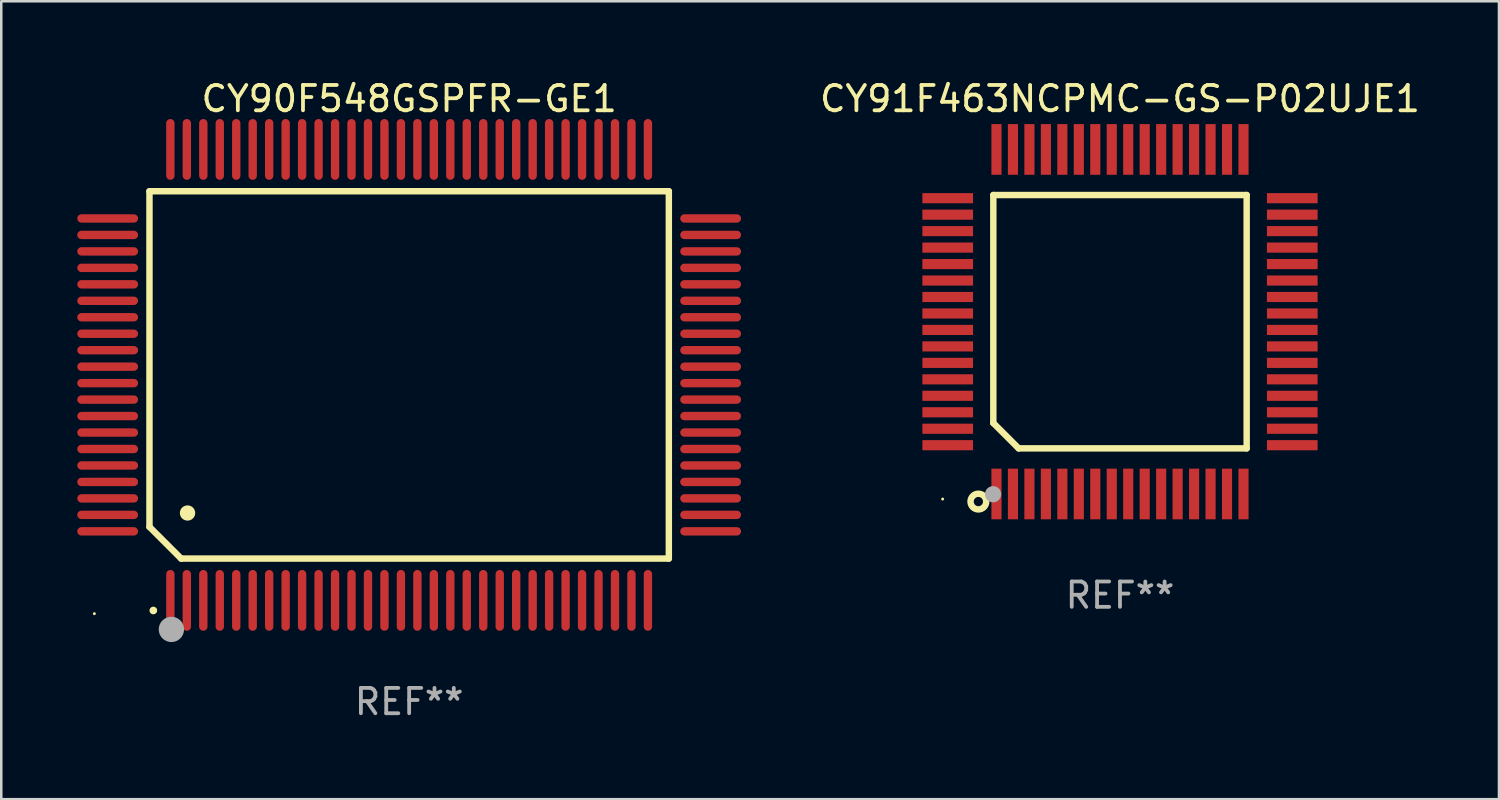
<source format=kicad_pcb>
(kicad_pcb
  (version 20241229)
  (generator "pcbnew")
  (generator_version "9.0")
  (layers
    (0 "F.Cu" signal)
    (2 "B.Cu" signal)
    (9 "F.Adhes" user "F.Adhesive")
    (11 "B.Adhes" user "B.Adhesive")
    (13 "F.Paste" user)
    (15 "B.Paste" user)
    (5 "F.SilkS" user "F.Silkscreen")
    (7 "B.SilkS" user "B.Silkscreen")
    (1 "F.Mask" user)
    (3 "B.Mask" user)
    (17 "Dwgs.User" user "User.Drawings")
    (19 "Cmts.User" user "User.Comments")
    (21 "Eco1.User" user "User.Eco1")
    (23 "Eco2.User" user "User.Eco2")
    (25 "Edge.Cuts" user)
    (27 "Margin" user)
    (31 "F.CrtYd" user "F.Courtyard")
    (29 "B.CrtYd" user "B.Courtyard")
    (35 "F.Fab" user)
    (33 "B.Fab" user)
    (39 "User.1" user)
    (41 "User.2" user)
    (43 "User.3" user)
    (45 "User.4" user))
  (footprint "CY91F463NCPMC-GS-P02UJE1"
    (layer "F.Cu")
    (at 41.158 9.648)
    (property "Reference" "CY91F463NCPMC-GS-P02UJE1" (at 0 -8.8 0) (layer "F.SilkS") (effects (font (size 1 1) (thickness 0.15))))
    (attr through_hole)
    (fp_line (start -5 -5) (end 5 -5) (stroke (width 0.254) (type solid)) (layer "F.SilkS"))
    (fp_line (start -5 4) (end -5 -5) (stroke (width 0.254) (type solid)) (layer "F.SilkS"))
    (fp_line (start -4 5) (end -5 4) (stroke (width 0.254) (type solid)) (layer "F.SilkS"))
    (fp_line (start 5 -5) (end 5 5) (stroke (width 0.254) (type solid)) (layer "F.SilkS"))
    (fp_line (start 5 5) (end -4 5) (stroke (width 0.254) (type solid)) (layer "F.SilkS"))
    (fp_circle (center -7 7) (end -6.97 7) (stroke (width 0.06) (type solid)) (fill no) (layer "F.SilkS"))
    (fp_circle (center -5.59 7.1) (end -5.28 7.1) (stroke (width 0.254) (type solid)) (fill no) (layer "F.SilkS"))
    (fp_circle (center -5.01 6.81) (end -4.85 6.81) (stroke (width 0.32) (type solid)) (fill no) (layer "F.Fab"))
    (fp_text user "REF**" (at 0 10.8 0) (layer "F.Fab") (effects (font (size 1 1) (thickness 0.15))))
    (pad "1" smd rect (at -4.875 6.8) (size 0.4 2) (layers "F.Cu" "F.Mask" "F.Paste"))
    (pad "2" smd rect (at -4.225 6.8) (size 0.4 2) (layers "F.Cu" "F.Mask" "F.Paste"))
    (pad "3" smd rect (at -3.575 6.8) (size 0.4 2) (layers "F.Cu" "F.Mask" "F.Paste"))
    (pad "4" smd rect (at -2.925 6.8) (size 0.4 2) (layers "F.Cu" "F.Mask" "F.Paste"))
    (pad "5" smd rect (at -2.275 6.8) (size 0.4 2) (layers "F.Cu" "F.Mask" "F.Paste"))
    (pad "6" smd rect (at -1.625 6.8) (size 0.4 2) (layers "F.Cu" "F.Mask" "F.Paste"))
    (pad "7" smd rect (at -0.975 6.8) (size 0.4 2) (layers "F.Cu" "F.Mask" "F.Paste"))
    (pad "8" smd rect (at -0.325 6.8) (size 0.4 2) (layers "F.Cu" "F.Mask" "F.Paste"))
    (pad "9" smd rect (at 0.325 6.8) (size 0.4 2) (layers "F.Cu" "F.Mask" "F.Paste"))
    (pad "10" smd rect (at 0.975 6.8) (size 0.4 2) (layers "F.Cu" "F.Mask" "F.Paste"))
    (pad "11" smd rect (at 1.625 6.8) (size 0.4 2) (layers "F.Cu" "F.Mask" "F.Paste"))
    (pad "12" smd rect (at 2.275 6.8) (size 0.4 2) (layers "F.Cu" "F.Mask" "F.Paste"))
    (pad "13" smd rect (at 2.925 6.8) (size 0.4 2) (layers "F.Cu" "F.Mask" "F.Paste"))
    (pad "14" smd rect (at 3.575 6.8) (size 0.4 2) (layers "F.Cu" "F.Mask" "F.Paste"))
    (pad "15" smd rect (at 4.225 6.8) (size 0.4 2) (layers "F.Cu" "F.Mask" "F.Paste"))
    (pad "16" smd rect (at 4.875 6.8) (size 0.4 2) (layers "F.Cu" "F.Mask" "F.Paste"))
    (pad "17" smd rect (at 6.8 4.875) (size 2 0.4) (layers "F.Cu" "F.Mask" "F.Paste"))
    (pad "18" smd rect (at 6.8 4.225) (size 2 0.4) (layers "F.Cu" "F.Mask" "F.Paste"))
    (pad "19" smd rect (at 6.8 3.575) (size 2 0.4) (layers "F.Cu" "F.Mask" "F.Paste"))
    (pad "20" smd rect (at 6.8 2.925) (size 2 0.4) (layers "F.Cu" "F.Mask" "F.Paste"))
    (pad "21" smd rect (at 6.8 2.275) (size 2 0.4) (layers "F.Cu" "F.Mask" "F.Paste"))
    (pad "22" smd rect (at 6.8 1.625) (size 2 0.4) (layers "F.Cu" "F.Mask" "F.Paste"))
    (pad "23" smd rect (at 6.8 0.975) (size 2 0.4) (layers "F.Cu" "F.Mask" "F.Paste"))
    (pad "24" smd rect (at 6.8 0.325) (size 2 0.4) (layers "F.Cu" "F.Mask" "F.Paste"))
    (pad "25" smd rect (at 6.8 -0.325) (size 2 0.4) (layers "F.Cu" "F.Mask" "F.Paste"))
    (pad "26" smd rect (at 6.8 -0.975) (size 2 0.4) (layers "F.Cu" "F.Mask" "F.Paste"))
    (pad "27" smd rect (at 6.8 -1.625) (size 2 0.4) (layers "F.Cu" "F.Mask" "F.Paste"))
    (pad "28" smd rect (at 6.8 -2.275) (size 2 0.4) (layers "F.Cu" "F.Mask" "F.Paste"))
    (pad "29" smd rect (at 6.8 -2.925) (size 2 0.4) (layers "F.Cu" "F.Mask" "F.Paste"))
    (pad "30" smd rect (at 6.8 -3.575) (size 2 0.4) (layers "F.Cu" "F.Mask" "F.Paste"))
    (pad "31" smd rect (at 6.8 -4.225) (size 2 0.4) (layers "F.Cu" "F.Mask" "F.Paste"))
    (pad "32" smd rect (at 6.8 -4.875) (size 2 0.4) (layers "F.Cu" "F.Mask" "F.Paste"))
    (pad "33" smd rect (at 4.875 -6.8) (size 0.4 2) (layers "F.Cu" "F.Mask" "F.Paste"))
    (pad "34" smd rect (at 4.225 -6.8) (size 0.4 2) (layers "F.Cu" "F.Mask" "F.Paste"))
    (pad "35" smd rect (at 3.575 -6.8) (size 0.4 2) (layers "F.Cu" "F.Mask" "F.Paste"))
    (pad "36" smd rect (at 2.925 -6.8) (size 0.4 2) (layers "F.Cu" "F.Mask" "F.Paste"))
    (pad "37" smd rect (at 2.275 -6.8) (size 0.4 2) (layers "F.Cu" "F.Mask" "F.Paste"))
    (pad "38" smd rect (at 1.625 -6.8) (size 0.4 2) (layers "F.Cu" "F.Mask" "F.Paste"))
    (pad "39" smd rect (at 0.975 -6.8) (size 0.4 2) (layers "F.Cu" "F.Mask" "F.Paste"))
    (pad "40" smd rect (at 0.325 -6.8) (size 0.4 2) (layers "F.Cu" "F.Mask" "F.Paste"))
    (pad "41" smd rect (at -0.325 -6.8) (size 0.4 2) (layers "F.Cu" "F.Mask" "F.Paste"))
    (pad "42" smd rect (at -0.975 -6.8) (size 0.4 2) (layers "F.Cu" "F.Mask" "F.Paste"))
    (pad "43" smd rect (at -1.625 -6.8) (size 0.4 2) (layers "F.Cu" "F.Mask" "F.Paste"))
    (pad "44" smd rect (at -2.275 -6.8) (size 0.4 2) (layers "F.Cu" "F.Mask" "F.Paste"))
    (pad "45" smd rect (at -2.925 -6.8) (size 0.4 2) (layers "F.Cu" "F.Mask" "F.Paste"))
    (pad "46" smd rect (at -3.575 -6.8) (size 0.4 2) (layers "F.Cu" "F.Mask" "F.Paste"))
    (pad "47" smd rect (at -4.225 -6.8) (size 0.4 2) (layers "F.Cu" "F.Mask" "F.Paste"))
    (pad "48" smd rect (at -4.875 -6.8) (size 0.4 2) (layers "F.Cu" "F.Mask" "F.Paste"))
    (pad "49" smd rect (at -6.8 -4.875) (size 2 0.4) (layers "F.Cu" "F.Mask" "F.Paste"))
    (pad "50" smd rect (at -6.8 -4.225) (size 2 0.4) (layers "F.Cu" "F.Mask" "F.Paste"))
    (pad "51" smd rect (at -6.8 -3.575) (size 2 0.4) (layers "F.Cu" "F.Mask" "F.Paste"))
    (pad "52" smd rect (at -6.8 -2.925) (size 2 0.4) (layers "F.Cu" "F.Mask" "F.Paste"))
    (pad "53" smd rect (at -6.8 -2.275) (size 2 0.4) (layers "F.Cu" "F.Mask" "F.Paste"))
    (pad "54" smd rect (at -6.8 -1.625) (size 2 0.4) (layers "F.Cu" "F.Mask" "F.Paste"))
    (pad "55" smd rect (at -6.8 -0.975) (size 2 0.4) (layers "F.Cu" "F.Mask" "F.Paste"))
    (pad "56" smd rect (at -6.8 -0.325) (size 2 0.4) (layers "F.Cu" "F.Mask" "F.Paste"))
    (pad "57" smd rect (at -6.8 0.325) (size 2 0.4) (layers "F.Cu" "F.Mask" "F.Paste"))
    (pad "58" smd rect (at -6.8 0.975) (size 2 0.4) (layers "F.Cu" "F.Mask" "F.Paste"))
    (pad "59" smd rect (at -6.8 1.625) (size 2 0.4) (layers "F.Cu" "F.Mask" "F.Paste"))
    (pad "60" smd rect (at -6.8 2.275) (size 2 0.4) (layers "F.Cu" "F.Mask" "F.Paste"))
    (pad "61" smd rect (at -6.8 2.925) (size 2 0.4) (layers "F.Cu" "F.Mask" "F.Paste"))
    (pad "62" smd rect (at -6.8 3.575) (size 2 0.4) (layers "F.Cu" "F.Mask" "F.Paste"))
    (pad "63" smd rect (at -6.8 4.225) (size 2 0.4) (layers "F.Cu" "F.Mask" "F.Paste"))
    (pad "64" smd rect (at -6.8 4.875) (size 2 0.4) (layers "F.Cu" "F.Mask" "F.Paste")))
  (footprint "CY90F548GSPFR-GE1"
    (layer "F.Cu")
    (at 13.1 11.748)
    (property "Reference" "CY90F548GSPFR-GE1" (at 0 -10.9 0) (layer "F.SilkS") (effects (font (size 1 1) (thickness 0.15))))
    (attr through_hole)
    (fp_line (start -10.25 -7.25) (end 10.25 -7.25) (stroke (width 0.254) (type solid)) (layer "F.SilkS"))
    (fp_line (start -10.25 6) (end -10.25 -7.25) (stroke (width 0.254) (type solid)) (layer "F.SilkS"))
    (fp_line (start -9 7.25) (end -10.25 6) (stroke (width 0.254) (type solid)) (layer "F.SilkS"))
    (fp_line (start 10.25 -7.25) (end 10.25 7.25) (stroke (width 0.254) (type solid)) (layer "F.SilkS"))
    (fp_line (start 10.25 7.25) (end -9 7.25) (stroke (width 0.254) (type solid)) (layer "F.SilkS"))
    (fp_arc (start -10.09906 9.298959) (mid -10.09779 9.298954) (end -10.09652 9.298959) (stroke (width 0.3) (type solid)) (layer "F.SilkS"))
    (fp_arc (start -8.750318 5.450851) (mid -8.747778 5.45084) (end -8.745238 5.450851) (stroke (width 0.6) (type solid)) (layer "F.SilkS"))
    (fp_circle (center -12.425 9.425) (end -12.395 9.425) (stroke (width 0.06) (type solid)) (fill no) (layer "F.SilkS"))
    (fp_circle (center -9.385 10.046) (end -9.135 10.046) (stroke (width 0.5) (type solid)) (fill no) (layer "F.Fab"))
    (fp_text user "REF**" (at 0 12.9 0) (layer "F.Fab") (effects (font (size 1 1) (thickness 0.15))))
    (pad "1" smd oval (at -9.425 8.9 180) (size 0.33 2.4) (layers "F.Cu" "F.Mask" "F.Paste"))
    (pad "2" smd oval (at -8.775 8.9 180) (size 0.33 2.4) (layers "F.Cu" "F.Mask" "F.Paste"))
    (pad "3" smd oval (at -8.125 8.9 180) (size 0.33 2.4) (layers "F.Cu" "F.Mask" "F.Paste"))
    (pad "4" smd oval (at -7.475 8.9 180) (size 0.33 2.4) (layers "F.Cu" "F.Mask" "F.Paste"))
    (pad "5" smd oval (at -6.825 8.9 180) (size 0.33 2.4) (layers "F.Cu" "F.Mask" "F.Paste"))
    (pad "6" smd oval (at -6.175 8.9 180) (size 0.33 2.4) (layers "F.Cu" "F.Mask" "F.Paste"))
    (pad "7" smd oval (at -5.525 8.9 180) (size 0.33 2.4) (layers "F.Cu" "F.Mask" "F.Paste"))
    (pad "8" smd oval (at -4.875 8.9 180) (size 0.33 2.4) (layers "F.Cu" "F.Mask" "F.Paste"))
    (pad "9" smd oval (at -4.225 8.9 180) (size 0.33 2.4) (layers "F.Cu" "F.Mask" "F.Paste"))
    (pad "10" smd oval (at -3.575 8.9 180) (size 0.33 2.4) (layers "F.Cu" "F.Mask" "F.Paste"))
    (pad "11" smd oval (at -2.925 8.9 180) (size 0.33 2.4) (layers "F.Cu" "F.Mask" "F.Paste"))
    (pad "12" smd oval (at -2.275 8.9 180) (size 0.33 2.4) (layers "F.Cu" "F.Mask" "F.Paste"))
    (pad "13" smd oval (at -1.625 8.9 180) (size 0.33 2.4) (layers "F.Cu" "F.Mask" "F.Paste"))
    (pad "14" smd oval (at -0.975 8.9 180) (size 0.33 2.4) (layers "F.Cu" "F.Mask" "F.Paste"))
    (pad "15" smd oval (at -0.325 8.9 180) (size 0.33 2.4) (layers "F.Cu" "F.Mask" "F.Paste"))
    (pad "16" smd oval (at 0.325 8.9 180) (size 0.33 2.4) (layers "F.Cu" "F.Mask" "F.Paste"))
    (pad "17" smd oval (at 0.975 8.9 180) (size 0.33 2.4) (layers "F.Cu" "F.Mask" "F.Paste"))
    (pad "18" smd oval (at 1.625 8.9 180) (size 0.33 2.4) (layers "F.Cu" "F.Mask" "F.Paste"))
    (pad "19" smd oval (at 2.275 8.9 180) (size 0.33 2.4) (layers "F.Cu" "F.Mask" "F.Paste"))
    (pad "20" smd oval (at 2.925 8.9 180) (size 0.33 2.4) (layers "F.Cu" "F.Mask" "F.Paste"))
    (pad "21" smd oval (at 3.575 8.9 180) (size 0.33 2.4) (layers "F.Cu" "F.Mask" "F.Paste"))
    (pad "22" smd oval (at 4.225 8.9 180) (size 0.33 2.4) (layers "F.Cu" "F.Mask" "F.Paste"))
    (pad "23" smd oval (at 4.875 8.9 180) (size 0.33 2.4) (layers "F.Cu" "F.Mask" "F.Paste"))
    (pad "24" smd oval (at 5.525 8.9 180) (size 0.33 2.4) (layers "F.Cu" "F.Mask" "F.Paste"))
    (pad "25" smd oval (at 6.175 8.9 180) (size 0.33 2.4) (layers "F.Cu" "F.Mask" "F.Paste"))
    (pad "26" smd oval (at 6.825 8.9 180) (size 0.33 2.4) (layers "F.Cu" "F.Mask" "F.Paste"))
    (pad "27" smd oval (at 7.475 8.9 180) (size 0.33 2.4) (layers "F.Cu" "F.Mask" "F.Paste"))
    (pad "28" smd oval (at 8.125 8.9 180) (size 0.33 2.4) (layers "F.Cu" "F.Mask" "F.Paste"))
    (pad "29" smd oval (at 8.775 8.9 180) (size 0.33 2.4) (layers "F.Cu" "F.Mask" "F.Paste"))
    (pad "30" smd oval (at 9.425 8.9 180) (size 0.33 2.4) (layers "F.Cu" "F.Mask" "F.Paste"))
    (pad "31" smd oval (at 11.9 6.175 270) (size 0.33 2.4) (layers "F.Cu" "F.Mask" "F.Paste"))
    (pad "32" smd oval (at 11.9 5.525 270) (size 0.33 2.4) (layers "F.Cu" "F.Mask" "F.Paste"))
    (pad "33" smd oval (at 11.9 4.875 270) (size 0.33 2.4) (layers "F.Cu" "F.Mask" "F.Paste"))
    (pad "34" smd oval (at 11.9 4.225 270) (size 0.33 2.4) (layers "F.Cu" "F.Mask" "F.Paste"))
    (pad "35" smd oval (at 11.9 3.575 270) (size 0.33 2.4) (layers "F.Cu" "F.Mask" "F.Paste"))
    (pad "36" smd oval (at 11.9 2.925 270) (size 0.33 2.4) (layers "F.Cu" "F.Mask" "F.Paste"))
    (pad "37" smd oval (at 11.9 2.275 270) (size 0.33 2.4) (layers "F.Cu" "F.Mask" "F.Paste"))
    (pad "38" smd oval (at 11.9 1.625 270) (size 0.33 2.4) (layers "F.Cu" "F.Mask" "F.Paste"))
    (pad "39" smd oval (at 11.9 0.975 270) (size 0.33 2.4) (layers "F.Cu" "F.Mask" "F.Paste"))
    (pad "40" smd oval (at 11.9 0.325 270) (size 0.33 2.4) (layers "F.Cu" "F.Mask" "F.Paste"))
    (pad "41" smd oval (at 11.9 -0.325 270) (size 0.33 2.4) (layers "F.Cu" "F.Mask" "F.Paste"))
    (pad "42" smd oval (at 11.9 -0.975 270) (size 0.33 2.4) (layers "F.Cu" "F.Mask" "F.Paste"))
    (pad "43" smd oval (at 11.9 -1.625 270) (size 0.33 2.4) (layers "F.Cu" "F.Mask" "F.Paste"))
    (pad "44" smd oval (at 11.9 -2.275 270) (size 0.33 2.4) (layers "F.Cu" "F.Mask" "F.Paste"))
    (pad "45" smd oval (at 11.9 -2.925 270) (size 0.33 2.4) (layers "F.Cu" "F.Mask" "F.Paste"))
    (pad "46" smd oval (at 11.9 -3.575 270) (size 0.33 2.4) (layers "F.Cu" "F.Mask" "F.Paste"))
    (pad "47" smd oval (at 11.9 -4.225 270) (size 0.33 2.4) (layers "F.Cu" "F.Mask" "F.Paste"))
    (pad "48" smd oval (at 11.9 -4.875 270) (size 0.33 2.4) (layers "F.Cu" "F.Mask" "F.Paste"))
    (pad "49" smd oval (at 11.9 -5.525 270) (size 0.33 2.4) (layers "F.Cu" "F.Mask" "F.Paste"))
    (pad "50" smd oval (at 11.9 -6.175 270) (size 0.33 2.4) (layers "F.Cu" "F.Mask" "F.Paste"))
    (pad "51" smd oval (at 9.425 -8.9) (size 0.33 2.4) (layers "F.Cu" "F.Mask" "F.Paste"))
    (pad "52" smd oval (at 8.775 -8.9) (size 0.33 2.4) (layers "F.Cu" "F.Mask" "F.Paste"))
    (pad "53" smd oval (at 8.125 -8.9) (size 0.33 2.4) (layers "F.Cu" "F.Mask" "F.Paste"))
    (pad "54" smd oval (at 7.475 -8.9) (size 0.33 2.4) (layers "F.Cu" "F.Mask" "F.Paste"))
    (pad "55" smd oval (at 6.825 -8.9) (size 0.33 2.4) (layers "F.Cu" "F.Mask" "F.Paste"))
    (pad "56" smd oval (at 6.175 -8.9) (size 0.33 2.4) (layers "F.Cu" "F.Mask" "F.Paste"))
    (pad "57" smd oval (at 5.525 -8.9) (size 0.33 2.4) (layers "F.Cu" "F.Mask" "F.Paste"))
    (pad "58" smd oval (at 4.875 -8.9) (size 0.33 2.4) (layers "F.Cu" "F.Mask" "F.Paste"))
    (pad "59" smd oval (at 4.225 -8.9) (size 0.33 2.4) (layers "F.Cu" "F.Mask" "F.Paste"))
    (pad "60" smd oval (at 3.575 -8.9) (size 0.33 2.4) (layers "F.Cu" "F.Mask" "F.Paste"))
    (pad "61" smd oval (at 2.925 -8.9) (size 0.33 2.4) (layers "F.Cu" "F.Mask" "F.Paste"))
    (pad "62" smd oval (at 2.275 -8.9) (size 0.33 2.4) (layers "F.Cu" "F.Mask" "F.Paste"))
    (pad "63" smd oval (at 1.625 -8.9) (size 0.33 2.4) (layers "F.Cu" "F.Mask" "F.Paste"))
    (pad "64" smd oval (at 0.975 -8.9) (size 0.33 2.4) (layers "F.Cu" "F.Mask" "F.Paste"))
    (pad "65" smd oval (at 0.325 -8.9) (size 0.33 2.4) (layers "F.Cu" "F.Mask" "F.Paste"))
    (pad "66" smd oval (at -0.325 -8.9) (size 0.33 2.4) (layers "F.Cu" "F.Mask" "F.Paste"))
    (pad "67" smd oval (at -0.975 -8.9) (size 0.33 2.4) (layers "F.Cu" "F.Mask" "F.Paste"))
    (pad "68" smd oval (at -1.625 -8.9) (size 0.33 2.4) (layers "F.Cu" "F.Mask" "F.Paste"))
    (pad "69" smd oval (at -2.275 -8.9) (size 0.33 2.4) (layers "F.Cu" "F.Mask" "F.Paste"))
    (pad "70" smd oval (at -2.925 -8.9) (size 0.33 2.4) (layers "F.Cu" "F.Mask" "F.Paste"))
    (pad "71" smd oval (at -3.575 -8.9) (size 0.33 2.4) (layers "F.Cu" "F.Mask" "F.Paste"))
    (pad "72" smd oval (at -4.225 -8.9) (size 0.33 2.4) (layers "F.Cu" "F.Mask" "F.Paste"))
    (pad "73" smd oval (at -4.875 -8.9) (size 0.33 2.4) (layers "F.Cu" "F.Mask" "F.Paste"))
    (pad "74" smd oval (at -5.525 -8.9) (size 0.33 2.4) (layers "F.Cu" "F.Mask" "F.Paste"))
    (pad "75" smd oval (at -6.175 -8.9) (size 0.33 2.4) (layers "F.Cu" "F.Mask" "F.Paste"))
    (pad "76" smd oval (at -6.825 -8.9) (size 0.33 2.4) (layers "F.Cu" "F.Mask" "F.Paste"))
    (pad "77" smd oval (at -7.475 -8.9) (size 0.33 2.4) (layers "F.Cu" "F.Mask" "F.Paste"))
    (pad "78" smd oval (at -8.125 -8.9) (size 0.33 2.4) (layers "F.Cu" "F.Mask" "F.Paste"))
    (pad "79" smd oval (at -8.775 -8.9) (size 0.33 2.4) (layers "F.Cu" "F.Mask" "F.Paste"))
    (pad "80" smd oval (at -9.425 -8.9) (size 0.33 2.4) (layers "F.Cu" "F.Mask" "F.Paste"))
    (pad "81" smd oval (at -11.9 -6.175 90) (size 0.33 2.4) (layers "F.Cu" "F.Mask" "F.Paste"))
    (pad "82" smd oval (at -11.9 -5.525 90) (size 0.33 2.4) (layers "F.Cu" "F.Mask" "F.Paste"))
    (pad "83" smd oval (at -11.9 -4.875 90) (size 0.33 2.4) (layers "F.Cu" "F.Mask" "F.Paste"))
    (pad "84" smd oval (at -11.9 -4.225 90) (size 0.33 2.4) (layers "F.Cu" "F.Mask" "F.Paste"))
    (pad "85" smd oval (at -11.9 -3.575 90) (size 0.33 2.4) (layers "F.Cu" "F.Mask" "F.Paste"))
    (pad "86" smd oval (at -11.9 -2.925 90) (size 0.33 2.4) (layers "F.Cu" "F.Mask" "F.Paste"))
    (pad "87" smd oval (at -11.9 -2.275 90) (size 0.33 2.4) (layers "F.Cu" "F.Mask" "F.Paste"))
    (pad "88" smd oval (at -11.9 -1.625 90) (size 0.33 2.4) (layers "F.Cu" "F.Mask" "F.Paste"))
    (pad "89" smd oval (at -11.9 -0.975 90) (size 0.33 2.4) (layers "F.Cu" "F.Mask" "F.Paste"))
    (pad "90" smd oval (at -11.9 -0.325 90) (size 0.33 2.4) (layers "F.Cu" "F.Mask" "F.Paste"))
    (pad "91" smd oval (at -11.9 0.325 90) (size 0.33 2.4) (layers "F.Cu" "F.Mask" "F.Paste"))
    (pad "92" smd oval (at -11.9 0.975 90) (size 0.33 2.4) (layers "F.Cu" "F.Mask" "F.Paste"))
    (pad "93" smd oval (at -11.9 1.625 90) (size 0.33 2.4) (layers "F.Cu" "F.Mask" "F.Paste"))
    (pad "94" smd oval (at -11.9 2.275 90) (size 0.33 2.4) (layers "F.Cu" "F.Mask" "F.Paste"))
    (pad "95" smd oval (at -11.9 2.925 90) (size 0.33 2.4) (layers "F.Cu" "F.Mask" "F.Paste"))
    (pad "96" smd oval (at -11.9 3.575 90) (size 0.33 2.4) (layers "F.Cu" "F.Mask" "F.Paste"))
    (pad "97" smd oval (at -11.9 4.225 90) (size 0.33 2.4) (layers "F.Cu" "F.Mask" "F.Paste"))
    (pad "98" smd oval (at -11.9 4.875 90) (size 0.33 2.4) (layers "F.Cu" "F.Mask" "F.Paste"))
    (pad "99" smd oval (at -11.9 5.525 90) (size 0.33 2.4) (layers "F.Cu" "F.Mask" "F.Paste"))
    (pad "100" smd oval (at -11.9 6.175 90) (size 0.33 2.4) (layers "F.Cu" "F.Mask" "F.Paste")))
  (gr_rect
    (start -3 -3)
    (end 56.117 28.496)
    (stroke (width 0.1) (type default))
    (fill no)
    (layer "Edge.Cuts")))
</source>
